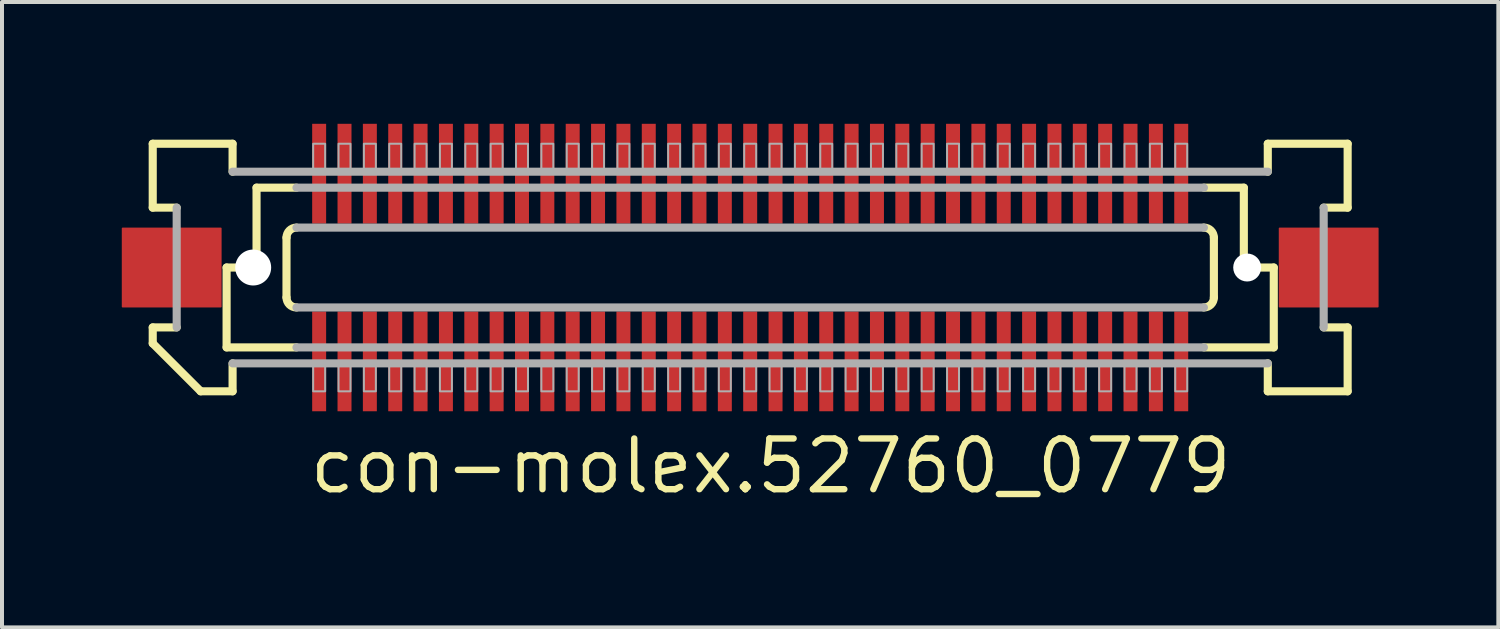
<source format=kicad_pcb>
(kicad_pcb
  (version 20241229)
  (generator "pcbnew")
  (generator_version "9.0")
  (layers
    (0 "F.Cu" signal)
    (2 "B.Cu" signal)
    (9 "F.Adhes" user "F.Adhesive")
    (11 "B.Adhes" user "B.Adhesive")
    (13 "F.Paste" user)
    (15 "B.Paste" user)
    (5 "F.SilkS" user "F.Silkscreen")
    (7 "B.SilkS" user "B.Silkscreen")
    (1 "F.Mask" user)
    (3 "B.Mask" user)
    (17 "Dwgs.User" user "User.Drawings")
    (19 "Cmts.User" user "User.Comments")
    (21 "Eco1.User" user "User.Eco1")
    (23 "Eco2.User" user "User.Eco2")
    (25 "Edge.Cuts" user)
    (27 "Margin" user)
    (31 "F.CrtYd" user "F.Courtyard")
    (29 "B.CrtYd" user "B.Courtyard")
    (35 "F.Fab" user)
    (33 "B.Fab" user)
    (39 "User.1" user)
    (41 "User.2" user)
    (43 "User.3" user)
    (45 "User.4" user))
  (footprint "con-molex.52760_0779"
    (layer "F.Cu")
    (at 15.738 3.65)
    (property "Reference" "con-molex.52760_0779" (at -11.113 5.715 0) (layer "F.SilkS") (effects (font (size 1.27 1.27) (thickness 0.16)) (justify left bottom)))
    (attr smd)
    (fp_rect (start -10.995 -1.075) (end -10.595 -3.625) (stroke (width 0.05) (type default)) (fill yes) (layer "F.Mask"))
    (fp_rect (start -10.995 3.625) (end -10.595 1.075) (stroke (width 0.05) (type default)) (fill yes) (layer "F.Mask"))
    (fp_rect (start -10.36 -1.075) (end -9.96 -3.625) (stroke (width 0.05) (type default)) (fill yes) (layer "F.Mask"))
    (fp_rect (start -10.36 3.625) (end -9.96 1.075) (stroke (width 0.05) (type default)) (fill yes) (layer "F.Mask"))
    (fp_rect (start -9.725 -1.075) (end -9.325 -3.625) (stroke (width 0.05) (type default)) (fill yes) (layer "F.Mask"))
    (fp_rect (start -9.725 3.625) (end -9.325 1.075) (stroke (width 0.05) (type default)) (fill yes) (layer "F.Mask"))
    (fp_rect (start -9.09 -1.075) (end -8.69 -3.625) (stroke (width 0.05) (type default)) (fill yes) (layer "F.Mask"))
    (fp_rect (start -9.09 3.625) (end -8.69 1.075) (stroke (width 0.05) (type default)) (fill yes) (layer "F.Mask"))
    (fp_rect (start -8.455 -1.075) (end -8.055 -3.625) (stroke (width 0.05) (type default)) (fill yes) (layer "F.Mask"))
    (fp_rect (start -8.455 3.625) (end -8.055 1.075) (stroke (width 0.05) (type default)) (fill yes) (layer "F.Mask"))
    (fp_rect (start -7.82 -1.075) (end -7.42 -3.625) (stroke (width 0.05) (type default)) (fill yes) (layer "F.Mask"))
    (fp_rect (start -7.82 3.625) (end -7.42 1.075) (stroke (width 0.05) (type default)) (fill yes) (layer "F.Mask"))
    (fp_rect (start -7.185 -1.075) (end -6.785 -3.625) (stroke (width 0.05) (type default)) (fill yes) (layer "F.Mask"))
    (fp_rect (start -7.185 3.625) (end -6.785 1.075) (stroke (width 0.05) (type default)) (fill yes) (layer "F.Mask"))
    (fp_rect (start -6.55 -1.075) (end -6.15 -3.625) (stroke (width 0.05) (type default)) (fill yes) (layer "F.Mask"))
    (fp_rect (start -6.55 3.625) (end -6.15 1.075) (stroke (width 0.05) (type default)) (fill yes) (layer "F.Mask"))
    (fp_rect (start -5.915 -1.075) (end -5.515 -3.625) (stroke (width 0.05) (type default)) (fill yes) (layer "F.Mask"))
    (fp_rect (start -5.915 3.625) (end -5.515 1.075) (stroke (width 0.05) (type default)) (fill yes) (layer "F.Mask"))
    (fp_rect (start -5.28 -1.075) (end -4.88 -3.625) (stroke (width 0.05) (type default)) (fill yes) (layer "F.Mask"))
    (fp_rect (start -5.28 3.625) (end -4.88 1.075) (stroke (width 0.05) (type default)) (fill yes) (layer "F.Mask"))
    (fp_rect (start -4.645 -1.075) (end -4.245 -3.625) (stroke (width 0.05) (type default)) (fill yes) (layer "F.Mask"))
    (fp_rect (start -4.645 3.625) (end -4.245 1.075) (stroke (width 0.05) (type default)) (fill yes) (layer "F.Mask"))
    (fp_rect (start -4.01 -1.075) (end -3.61 -3.625) (stroke (width 0.05) (type default)) (fill yes) (layer "F.Mask"))
    (fp_rect (start -4.01 3.625) (end -3.61 1.075) (stroke (width 0.05) (type default)) (fill yes) (layer "F.Mask"))
    (fp_rect (start -3.375 -1.075) (end -2.975 -3.625) (stroke (width 0.05) (type default)) (fill yes) (layer "F.Mask"))
    (fp_rect (start -3.375 3.625) (end -2.975 1.075) (stroke (width 0.05) (type default)) (fill yes) (layer "F.Mask"))
    (fp_rect (start -2.74 -1.075) (end -2.34 -3.625) (stroke (width 0.05) (type default)) (fill yes) (layer "F.Mask"))
    (fp_rect (start -2.74 3.625) (end -2.34 1.075) (stroke (width 0.05) (type default)) (fill yes) (layer "F.Mask"))
    (fp_rect (start -2.105 -1.075) (end -1.705 -3.625) (stroke (width 0.05) (type default)) (fill yes) (layer "F.Mask"))
    (fp_rect (start -2.105 3.625) (end -1.705 1.075) (stroke (width 0.05) (type default)) (fill yes) (layer "F.Mask"))
    (fp_rect (start -1.47 -1.075) (end -1.07 -3.625) (stroke (width 0.05) (type default)) (fill yes) (layer "F.Mask"))
    (fp_rect (start -1.47 3.625) (end -1.07 1.075) (stroke (width 0.05) (type default)) (fill yes) (layer "F.Mask"))
    (fp_rect (start -0.835 -1.075) (end -0.435 -3.625) (stroke (width 0.05) (type default)) (fill yes) (layer "F.Mask"))
    (fp_rect (start -0.835 3.625) (end -0.435 1.075) (stroke (width 0.05) (type default)) (fill yes) (layer "F.Mask"))
    (fp_rect (start -0.2 -1.075) (end 0.2 -3.625) (stroke (width 0.05) (type default)) (fill yes) (layer "F.Mask"))
    (fp_rect (start -0.2 3.625) (end 0.2 1.075) (stroke (width 0.05) (type default)) (fill yes) (layer "F.Mask"))
    (fp_rect (start 0.435 -1.075) (end 0.835 -3.625) (stroke (width 0.05) (type default)) (fill yes) (layer "F.Mask"))
    (fp_rect (start 0.435 3.625) (end 0.835 1.075) (stroke (width 0.05) (type default)) (fill yes) (layer "F.Mask"))
    (fp_rect (start 1.07 -1.075) (end 1.47 -3.625) (stroke (width 0.05) (type default)) (fill yes) (layer "F.Mask"))
    (fp_rect (start 1.07 3.625) (end 1.47 1.075) (stroke (width 0.05) (type default)) (fill yes) (layer "F.Mask"))
    (fp_rect (start 1.705 -1.075) (end 2.105 -3.625) (stroke (width 0.05) (type default)) (fill yes) (layer "F.Mask"))
    (fp_rect (start 1.705 3.625) (end 2.105 1.075) (stroke (width 0.05) (type default)) (fill yes) (layer "F.Mask"))
    (fp_rect (start 2.34 -1.075) (end 2.74 -3.625) (stroke (width 0.05) (type default)) (fill yes) (layer "F.Mask"))
    (fp_rect (start 2.34 3.625) (end 2.74 1.075) (stroke (width 0.05) (type default)) (fill yes) (layer "F.Mask"))
    (fp_rect (start 2.975 -1.075) (end 3.375 -3.625) (stroke (width 0.05) (type default)) (fill yes) (layer "F.Mask"))
    (fp_rect (start 2.975 3.625) (end 3.375 1.075) (stroke (width 0.05) (type default)) (fill yes) (layer "F.Mask"))
    (fp_rect (start 3.61 -1.075) (end 4.01 -3.625) (stroke (width 0.05) (type default)) (fill yes) (layer "F.Mask"))
    (fp_rect (start 3.61 3.625) (end 4.01 1.075) (stroke (width 0.05) (type default)) (fill yes) (layer "F.Mask"))
    (fp_rect (start 4.245 -1.075) (end 4.645 -3.625) (stroke (width 0.05) (type default)) (fill yes) (layer "F.Mask"))
    (fp_rect (start 4.245 3.625) (end 4.645 1.075) (stroke (width 0.05) (type default)) (fill yes) (layer "F.Mask"))
    (fp_rect (start 4.88 -1.075) (end 5.28 -3.625) (stroke (width 0.05) (type default)) (fill yes) (layer "F.Mask"))
    (fp_rect (start 4.88 3.625) (end 5.28 1.075) (stroke (width 0.05) (type default)) (fill yes) (layer "F.Mask"))
    (fp_rect (start 5.515 -1.075) (end 5.915 -3.625) (stroke (width 0.05) (type default)) (fill yes) (layer "F.Mask"))
    (fp_rect (start 5.515 3.625) (end 5.915 1.075) (stroke (width 0.05) (type default)) (fill yes) (layer "F.Mask"))
    (fp_rect (start 6.15 -1.075) (end 6.55 -3.625) (stroke (width 0.05) (type default)) (fill yes) (layer "F.Mask"))
    (fp_rect (start 6.15 3.625) (end 6.55 1.075) (stroke (width 0.05) (type default)) (fill yes) (layer "F.Mask"))
    (fp_rect (start 6.785 -1.075) (end 7.185 -3.625) (stroke (width 0.05) (type default)) (fill yes) (layer "F.Mask"))
    (fp_rect (start 6.785 3.625) (end 7.185 1.075) (stroke (width 0.05) (type default)) (fill yes) (layer "F.Mask"))
    (fp_rect (start 7.42 -1.075) (end 7.82 -3.625) (stroke (width 0.05) (type default)) (fill yes) (layer "F.Mask"))
    (fp_rect (start 7.42 3.625) (end 7.82 1.075) (stroke (width 0.05) (type default)) (fill yes) (layer "F.Mask"))
    (fp_rect (start 8.055 -1.075) (end 8.455 -3.625) (stroke (width 0.05) (type default)) (fill yes) (layer "F.Mask"))
    (fp_rect (start 8.055 3.625) (end 8.455 1.075) (stroke (width 0.05) (type default)) (fill yes) (layer "F.Mask"))
    (fp_rect (start 8.69 -1.075) (end 9.09 -3.625) (stroke (width 0.05) (type default)) (fill yes) (layer "F.Mask"))
    (fp_rect (start 8.69 3.625) (end 9.09 1.075) (stroke (width 0.05) (type default)) (fill yes) (layer "F.Mask"))
    (fp_rect (start 9.325 -1.075) (end 9.725 -3.625) (stroke (width 0.05) (type default)) (fill yes) (layer "F.Mask"))
    (fp_rect (start 9.325 3.625) (end 9.725 1.075) (stroke (width 0.05) (type default)) (fill yes) (layer "F.Mask"))
    (fp_rect (start 9.96 -1.075) (end 10.36 -3.625) (stroke (width 0.05) (type default)) (fill yes) (layer "F.Mask"))
    (fp_rect (start 9.96 3.625) (end 10.36 1.075) (stroke (width 0.05) (type default)) (fill yes) (layer "F.Mask"))
    (fp_rect (start 10.595 -1.075) (end 10.995 -3.625) (stroke (width 0.05) (type default)) (fill yes) (layer "F.Mask"))
    (fp_rect (start 10.595 3.625) (end 10.995 1.075) (stroke (width 0.05) (type default)) (fill yes) (layer "F.Mask"))
    (fp_line (start -14.963 -3.1) (end -12.963 -3.1) (stroke (width 0.203) (type default)) (layer "F.SilkS"))
    (fp_line (start -14.963 -1.5) (end -14.963 -3.1) (stroke (width 0.203) (type default)) (layer "F.SilkS"))
    (fp_line (start -14.963 1.5) (end -14.363 1.5) (stroke (width 0.203) (type default)) (layer "F.SilkS"))
    (fp_line (start -14.963 1.9) (end -14.963 1.5) (stroke (width 0.203) (type default)) (layer "F.SilkS"))
    (fp_line (start -14.363 -1.5) (end -14.963 -1.5) (stroke (width 0.203) (type default)) (layer "F.SilkS"))
    (fp_line (start -13.762 3.1) (end -14.963 1.9) (stroke (width 0.203) (type default)) (layer "F.SilkS"))
    (fp_line (start -13.113 0) (end -13.113 2) (stroke (width 0.203) (type default)) (layer "F.SilkS"))
    (fp_line (start -13.113 2) (end -11.363 2) (stroke (width 0.203) (type default)) (layer "F.SilkS"))
    (fp_line (start -12.963 -3.1) (end -12.963 -2.4) (stroke (width 0.203) (type default)) (layer "F.SilkS"))
    (fp_line (start -12.963 2.4) (end -12.963 3.1) (stroke (width 0.203) (type default)) (layer "F.SilkS"))
    (fp_line (start -12.963 3.1) (end -13.762 3.1) (stroke (width 0.203) (type default)) (layer "F.SilkS"))
    (fp_line (start -12.363 -2) (end -12.363 0) (stroke (width 0.203) (type default)) (layer "F.SilkS"))
    (fp_line (start -12.363 0) (end -13.113 0) (stroke (width 0.203) (type default)) (layer "F.SilkS"))
    (fp_line (start -11.613 0.75) (end -11.613 -0.75) (stroke (width 0.203) (type default)) (layer "F.SilkS"))
    (fp_line (start -11.363 -2) (end -12.363 -2) (stroke (width 0.203) (type default)) (layer "F.SilkS"))
    (fp_line (start 11.363 2) (end 13.113 2) (stroke (width 0.203) (type default)) (layer "F.SilkS"))
    (fp_line (start 11.613 -0.75) (end 11.613 0.75) (stroke (width 0.203) (type default)) (layer "F.SilkS"))
    (fp_line (start 12.363 -2) (end 11.363 -2) (stroke (width 0.203) (type default)) (layer "F.SilkS"))
    (fp_line (start 12.363 -2) (end 12.363 0) (stroke (width 0.203) (type default)) (layer "F.SilkS"))
    (fp_line (start 12.963 -3.1) (end 14.963 -3.1) (stroke (width 0.203) (type default)) (layer "F.SilkS"))
    (fp_line (start 12.963 -2.4) (end 12.963 -3.1) (stroke (width 0.203) (type default)) (layer "F.SilkS"))
    (fp_line (start 12.963 3.1) (end 12.963 2.4) (stroke (width 0.203) (type default)) (layer "F.SilkS"))
    (fp_line (start 13.113 0) (end 12.363 0) (stroke (width 0.203) (type default)) (layer "F.SilkS"))
    (fp_line (start 13.113 0) (end 13.113 2) (stroke (width 0.203) (type default)) (layer "F.SilkS"))
    (fp_line (start 14.363 1.5) (end 14.963 1.5) (stroke (width 0.203) (type default)) (layer "F.SilkS"))
    (fp_line (start 14.963 -3.1) (end 14.963 -1.5) (stroke (width 0.203) (type default)) (layer "F.SilkS"))
    (fp_line (start 14.963 -1.5) (end 14.363 -1.5) (stroke (width 0.203) (type default)) (layer "F.SilkS"))
    (fp_line (start 14.963 1.5) (end 14.963 3.1) (stroke (width 0.203) (type default)) (layer "F.SilkS"))
    (fp_line (start 14.963 3.1) (end 12.963 3.1) (stroke (width 0.203) (type default)) (layer "F.SilkS"))
    (fp_arc (start -11.6125 -0.75) (mid -11.539277 -0.926777) (end -11.3625 -1) (stroke (width 0.2032) (type default)) (layer "F.SilkS"))
    (fp_arc (start -11.3625 1) (mid -11.539277 0.926777) (end -11.6125 0.75) (stroke (width 0.2032) (type default)) (layer "F.SilkS"))
    (fp_arc (start 11.3625 -1) (mid 11.539277 -0.926777) (end 11.6125 -0.75) (stroke (width 0.2032) (type default)) (layer "F.SilkS"))
    (fp_arc (start 11.6125 0.75) (mid 11.539277 0.926777) (end 11.3625 1) (stroke (width 0.2032) (type default)) (layer "F.SilkS"))
    (fp_line (start -14.363 1.5) (end -14.363 -1.5) (stroke (width 0.203) (type default)) (layer "F.Fab"))
    (fp_line (start -12.963 -2.4) (end 12.963 -2.4) (stroke (width 0.203) (type default)) (layer "F.Fab"))
    (fp_line (start -11.363 -1) (end 11.363 -1) (stroke (width 0.203) (type default)) (layer "F.Fab"))
    (fp_line (start -11.363 2) (end 11.363 2) (stroke (width 0.203) (type default)) (layer "F.Fab"))
    (fp_line (start 11.363 -2) (end -11.363 -2) (stroke (width 0.203) (type default)) (layer "F.Fab"))
    (fp_line (start 11.363 1) (end -11.363 1) (stroke (width 0.203) (type default)) (layer "F.Fab"))
    (fp_line (start 12.963 2.4) (end -12.963 2.4) (stroke (width 0.203) (type default)) (layer "F.Fab"))
    (fp_line (start 14.363 -1.5) (end 14.363 1.5) (stroke (width 0.203) (type default)) (layer "F.Fab"))
    (fp_rect (start -10.945 -2.375) (end -10.645 -3.1) (stroke (width 0.05) (type default)) (fill no) (layer "F.Fab"))
    (fp_rect (start -10.945 3.1) (end -10.645 2.375) (stroke (width 0.05) (type default)) (fill no) (layer "F.Fab"))
    (fp_rect (start -10.31 -2.375) (end -10.01 -3.1) (stroke (width 0.05) (type default)) (fill no) (layer "F.Fab"))
    (fp_rect (start -10.31 3.1) (end -10.01 2.375) (stroke (width 0.05) (type default)) (fill no) (layer "F.Fab"))
    (fp_rect (start -9.675 -2.375) (end -9.375 -3.1) (stroke (width 0.05) (type default)) (fill no) (layer "F.Fab"))
    (fp_rect (start -9.675 3.1) (end -9.375 2.375) (stroke (width 0.05) (type default)) (fill no) (layer "F.Fab"))
    (fp_rect (start -9.04 -2.375) (end -8.74 -3.1) (stroke (width 0.05) (type default)) (fill no) (layer "F.Fab"))
    (fp_rect (start -9.04 3.1) (end -8.74 2.375) (stroke (width 0.05) (type default)) (fill no) (layer "F.Fab"))
    (fp_rect (start -8.405 -2.375) (end -8.105 -3.1) (stroke (width 0.05) (type default)) (fill no) (layer "F.Fab"))
    (fp_rect (start -8.405 3.1) (end -8.105 2.375) (stroke (width 0.05) (type default)) (fill no) (layer "F.Fab"))
    (fp_rect (start -7.77 -2.375) (end -7.47 -3.1) (stroke (width 0.05) (type default)) (fill no) (layer "F.Fab"))
    (fp_rect (start -7.77 3.1) (end -7.47 2.375) (stroke (width 0.05) (type default)) (fill no) (layer "F.Fab"))
    (fp_rect (start -7.135 -2.375) (end -6.835 -3.1) (stroke (width 0.05) (type default)) (fill no) (layer "F.Fab"))
    (fp_rect (start -7.135 3.1) (end -6.835 2.375) (stroke (width 0.05) (type default)) (fill no) (layer "F.Fab"))
    (fp_rect (start -6.5 -2.375) (end -6.2 -3.1) (stroke (width 0.05) (type default)) (fill no) (layer "F.Fab"))
    (fp_rect (start -6.5 3.1) (end -6.2 2.375) (stroke (width 0.05) (type default)) (fill no) (layer "F.Fab"))
    (fp_rect (start -5.865 -2.375) (end -5.565 -3.1) (stroke (width 0.05) (type default)) (fill no) (layer "F.Fab"))
    (fp_rect (start -5.865 3.1) (end -5.565 2.375) (stroke (width 0.05) (type default)) (fill no) (layer "F.Fab"))
    (fp_rect (start -5.23 -2.375) (end -4.93 -3.1) (stroke (width 0.05) (type default)) (fill no) (layer "F.Fab"))
    (fp_rect (start -5.23 3.1) (end -4.93 2.375) (stroke (width 0.05) (type default)) (fill no) (layer "F.Fab"))
    (fp_rect (start -4.595 -2.375) (end -4.295 -3.1) (stroke (width 0.05) (type default)) (fill no) (layer "F.Fab"))
    (fp_rect (start -4.595 3.1) (end -4.295 2.375) (stroke (width 0.05) (type default)) (fill no) (layer "F.Fab"))
    (fp_rect (start -3.96 -2.375) (end -3.66 -3.1) (stroke (width 0.05) (type default)) (fill no) (layer "F.Fab"))
    (fp_rect (start -3.96 3.1) (end -3.66 2.375) (stroke (width 0.05) (type default)) (fill no) (layer "F.Fab"))
    (fp_rect (start -3.325 -2.375) (end -3.025 -3.1) (stroke (width 0.05) (type default)) (fill no) (layer "F.Fab"))
    (fp_rect (start -3.325 3.1) (end -3.025 2.375) (stroke (width 0.05) (type default)) (fill no) (layer "F.Fab"))
    (fp_rect (start -2.69 -2.375) (end -2.39 -3.1) (stroke (width 0.05) (type default)) (fill no) (layer "F.Fab"))
    (fp_rect (start -2.69 3.1) (end -2.39 2.375) (stroke (width 0.05) (type default)) (fill no) (layer "F.Fab"))
    (fp_rect (start -2.055 -2.375) (end -1.755 -3.1) (stroke (width 0.05) (type default)) (fill no) (layer "F.Fab"))
    (fp_rect (start -2.055 3.1) (end -1.755 2.375) (stroke (width 0.05) (type default)) (fill no) (layer "F.Fab"))
    (fp_rect (start -1.42 -2.375) (end -1.12 -3.1) (stroke (width 0.05) (type default)) (fill no) (layer "F.Fab"))
    (fp_rect (start -1.42 3.1) (end -1.12 2.375) (stroke (width 0.05) (type default)) (fill no) (layer "F.Fab"))
    (fp_rect (start -0.785 -2.375) (end -0.485 -3.1) (stroke (width 0.05) (type default)) (fill no) (layer "F.Fab"))
    (fp_rect (start -0.785 3.1) (end -0.485 2.375) (stroke (width 0.05) (type default)) (fill no) (layer "F.Fab"))
    (fp_rect (start -0.15 -2.375) (end 0.15 -3.1) (stroke (width 0.05) (type default)) (fill no) (layer "F.Fab"))
    (fp_rect (start -0.15 3.1) (end 0.15 2.375) (stroke (width 0.05) (type default)) (fill no) (layer "F.Fab"))
    (fp_rect (start 0.485 -2.375) (end 0.785 -3.1) (stroke (width 0.05) (type default)) (fill no) (layer "F.Fab"))
    (fp_rect (start 0.485 3.1) (end 0.785 2.375) (stroke (width 0.05) (type default)) (fill no) (layer "F.Fab"))
    (fp_rect (start 1.12 -2.375) (end 1.42 -3.1) (stroke (width 0.05) (type default)) (fill no) (layer "F.Fab"))
    (fp_rect (start 1.12 3.1) (end 1.42 2.375) (stroke (width 0.05) (type default)) (fill no) (layer "F.Fab"))
    (fp_rect (start 1.755 -2.375) (end 2.055 -3.1) (stroke (width 0.05) (type default)) (fill no) (layer "F.Fab"))
    (fp_rect (start 1.755 3.1) (end 2.055 2.375) (stroke (width 0.05) (type default)) (fill no) (layer "F.Fab"))
    (fp_rect (start 2.39 -2.375) (end 2.69 -3.1) (stroke (width 0.05) (type default)) (fill no) (layer "F.Fab"))
    (fp_rect (start 2.39 3.1) (end 2.69 2.375) (stroke (width 0.05) (type default)) (fill no) (layer "F.Fab"))
    (fp_rect (start 3.025 -2.375) (end 3.325 -3.1) (stroke (width 0.05) (type default)) (fill no) (layer "F.Fab"))
    (fp_rect (start 3.025 3.1) (end 3.325 2.375) (stroke (width 0.05) (type default)) (fill no) (layer "F.Fab"))
    (fp_rect (start 3.66 -2.375) (end 3.96 -3.1) (stroke (width 0.05) (type default)) (fill no) (layer "F.Fab"))
    (fp_rect (start 3.66 3.1) (end 3.96 2.375) (stroke (width 0.05) (type default)) (fill no) (layer "F.Fab"))
    (fp_rect (start 4.295 -2.375) (end 4.595 -3.1) (stroke (width 0.05) (type default)) (fill no) (layer "F.Fab"))
    (fp_rect (start 4.295 3.1) (end 4.595 2.375) (stroke (width 0.05) (type default)) (fill no) (layer "F.Fab"))
    (fp_rect (start 4.93 -2.375) (end 5.23 -3.1) (stroke (width 0.05) (type default)) (fill no) (layer "F.Fab"))
    (fp_rect (start 4.93 3.1) (end 5.23 2.375) (stroke (width 0.05) (type default)) (fill no) (layer "F.Fab"))
    (fp_rect (start 5.565 -2.375) (end 5.865 -3.1) (stroke (width 0.05) (type default)) (fill no) (layer "F.Fab"))
    (fp_rect (start 5.565 3.1) (end 5.865 2.375) (stroke (width 0.05) (type default)) (fill no) (layer "F.Fab"))
    (fp_rect (start 6.2 -2.375) (end 6.5 -3.1) (stroke (width 0.05) (type default)) (fill no) (layer "F.Fab"))
    (fp_rect (start 6.2 3.1) (end 6.5 2.375) (stroke (width 0.05) (type default)) (fill no) (layer "F.Fab"))
    (fp_rect (start 6.835 -2.375) (end 7.135 -3.1) (stroke (width 0.05) (type default)) (fill no) (layer "F.Fab"))
    (fp_rect (start 6.835 3.1) (end 7.135 2.375) (stroke (width 0.05) (type default)) (fill no) (layer "F.Fab"))
    (fp_rect (start 7.47 -2.375) (end 7.77 -3.1) (stroke (width 0.05) (type default)) (fill no) (layer "F.Fab"))
    (fp_rect (start 7.47 3.1) (end 7.77 2.375) (stroke (width 0.05) (type default)) (fill no) (layer "F.Fab"))
    (fp_rect (start 8.105 -2.375) (end 8.405 -3.1) (stroke (width 0.05) (type default)) (fill no) (layer "F.Fab"))
    (fp_rect (start 8.105 3.1) (end 8.405 2.375) (stroke (width 0.05) (type default)) (fill no) (layer "F.Fab"))
    (fp_rect (start 8.74 -2.375) (end 9.04 -3.1) (stroke (width 0.05) (type default)) (fill no) (layer "F.Fab"))
    (fp_rect (start 8.74 3.1) (end 9.04 2.375) (stroke (width 0.05) (type default)) (fill no) (layer "F.Fab"))
    (fp_rect (start 9.375 -2.375) (end 9.675 -3.1) (stroke (width 0.05) (type default)) (fill no) (layer "F.Fab"))
    (fp_rect (start 9.375 3.1) (end 9.675 2.375) (stroke (width 0.05) (type default)) (fill no) (layer "F.Fab"))
    (fp_rect (start 10.01 -2.375) (end 10.31 -3.1) (stroke (width 0.05) (type default)) (fill no) (layer "F.Fab"))
    (fp_rect (start 10.01 3.1) (end 10.31 2.375) (stroke (width 0.05) (type default)) (fill no) (layer "F.Fab"))
    (fp_rect (start 10.645 -2.375) (end 10.945 -3.1) (stroke (width 0.05) (type default)) (fill no) (layer "F.Fab"))
    (fp_rect (start 10.645 3.1) (end 10.945 2.375) (stroke (width 0.05) (type default)) (fill no) (layer "F.Fab"))
    (pad "" np_thru_hole circle (at -12.447 0) (size 0.9 0.9) (drill 0.9) (layers "*.Cu" "*.Mask"))
    (pad "" np_thru_hole circle (at 12.447 0) (size 0.7 0.7) (drill 0.7) (layers "*.Cu" "*.Mask"))
    (pad "1" smd roundrect (at -10.795 2.35) (size 0.35 2.5) (layers "F.Cu" "F.Mask" "F.Paste") (roundrect_rratio 0.01))
    (pad "2" smd roundrect (at -10.795 -2.35 180) (size 0.35 2.5) (layers "F.Cu" "F.Mask" "F.Paste") (roundrect_rratio 0.01))
    (pad "3" smd roundrect (at -10.16 2.35) (size 0.35 2.5) (layers "F.Cu" "F.Mask" "F.Paste") (roundrect_rratio 0.01))
    (pad "4" smd roundrect (at -10.16 -2.35 180) (size 0.35 2.5) (layers "F.Cu" "F.Mask" "F.Paste") (roundrect_rratio 0.01))
    (pad "5" smd roundrect (at -9.525 2.35) (size 0.35 2.5) (layers "F.Cu" "F.Mask" "F.Paste") (roundrect_rratio 0.01))
    (pad "6" smd roundrect (at -9.525 -2.35 180) (size 0.35 2.5) (layers "F.Cu" "F.Mask" "F.Paste") (roundrect_rratio 0.01))
    (pad "7" smd roundrect (at -8.89 2.35) (size 0.35 2.5) (layers "F.Cu" "F.Mask" "F.Paste") (roundrect_rratio 0.01))
    (pad "8" smd roundrect (at -8.89 -2.35 180) (size 0.35 2.5) (layers "F.Cu" "F.Mask" "F.Paste") (roundrect_rratio 0.01))
    (pad "9" smd roundrect (at -8.255 2.35) (size 0.35 2.5) (layers "F.Cu" "F.Mask" "F.Paste") (roundrect_rratio 0.01))
    (pad "10" smd roundrect (at -8.255 -2.35 180) (size 0.35 2.5) (layers "F.Cu" "F.Mask" "F.Paste") (roundrect_rratio 0.01))
    (pad "11" smd roundrect (at -7.62 2.35) (size 0.35 2.5) (layers "F.Cu" "F.Mask" "F.Paste") (roundrect_rratio 0.01))
    (pad "12" smd roundrect (at -7.62 -2.35 180) (size 0.35 2.5) (layers "F.Cu" "F.Mask" "F.Paste") (roundrect_rratio 0.01))
    (pad "13" smd roundrect (at -6.985 2.35) (size 0.35 2.5) (layers "F.Cu" "F.Mask" "F.Paste") (roundrect_rratio 0.01))
    (pad "14" smd roundrect (at -6.985 -2.35 180) (size 0.35 2.5) (layers "F.Cu" "F.Mask" "F.Paste") (roundrect_rratio 0.01))
    (pad "15" smd roundrect (at -6.35 2.35) (size 0.35 2.5) (layers "F.Cu" "F.Mask" "F.Paste") (roundrect_rratio 0.01))
    (pad "16" smd roundrect (at -6.35 -2.35 180) (size 0.35 2.5) (layers "F.Cu" "F.Mask" "F.Paste") (roundrect_rratio 0.01))
    (pad "17" smd roundrect (at -5.715 2.35) (size 0.35 2.5) (layers "F.Cu" "F.Mask" "F.Paste") (roundrect_rratio 0.01))
    (pad "18" smd roundrect (at -5.715 -2.35 180) (size 0.35 2.5) (layers "F.Cu" "F.Mask" "F.Paste") (roundrect_rratio 0.01))
    (pad "19" smd roundrect (at -5.08 2.35) (size 0.35 2.5) (layers "F.Cu" "F.Mask" "F.Paste") (roundrect_rratio 0.01))
    (pad "20" smd roundrect (at -5.08 -2.35 180) (size 0.35 2.5) (layers "F.Cu" "F.Mask" "F.Paste") (roundrect_rratio 0.01))
    (pad "21" smd roundrect (at -4.445 2.35) (size 0.35 2.5) (layers "F.Cu" "F.Mask" "F.Paste") (roundrect_rratio 0.01))
    (pad "22" smd roundrect (at -4.445 -2.35 180) (size 0.35 2.5) (layers "F.Cu" "F.Mask" "F.Paste") (roundrect_rratio 0.01))
    (pad "23" smd roundrect (at -3.81 2.35) (size 0.35 2.5) (layers "F.Cu" "F.Mask" "F.Paste") (roundrect_rratio 0.01))
    (pad "24" smd roundrect (at -3.81 -2.35 180) (size 0.35 2.5) (layers "F.Cu" "F.Mask" "F.Paste") (roundrect_rratio 0.01))
    (pad "25" smd roundrect (at -3.175 2.35) (size 0.35 2.5) (layers "F.Cu" "F.Mask" "F.Paste") (roundrect_rratio 0.01))
    (pad "26" smd roundrect (at -3.175 -2.35 180) (size 0.35 2.5) (layers "F.Cu" "F.Mask" "F.Paste") (roundrect_rratio 0.01))
    (pad "27" smd roundrect (at -2.54 2.35) (size 0.35 2.5) (layers "F.Cu" "F.Mask" "F.Paste") (roundrect_rratio 0.01))
    (pad "28" smd roundrect (at -2.54 -2.35 180) (size 0.35 2.5) (layers "F.Cu" "F.Mask" "F.Paste") (roundrect_rratio 0.01))
    (pad "29" smd roundrect (at -1.905 2.35) (size 0.35 2.5) (layers "F.Cu" "F.Mask" "F.Paste") (roundrect_rratio 0.01))
    (pad "30" smd roundrect (at -1.905 -2.35 180) (size 0.35 2.5) (layers "F.Cu" "F.Mask" "F.Paste") (roundrect_rratio 0.01))
    (pad "31" smd roundrect (at -1.27 2.35) (size 0.35 2.5) (layers "F.Cu" "F.Mask" "F.Paste") (roundrect_rratio 0.01))
    (pad "32" smd roundrect (at -1.27 -2.35 180) (size 0.35 2.5) (layers "F.Cu" "F.Mask" "F.Paste") (roundrect_rratio 0.01))
    (pad "33" smd roundrect (at -0.635 2.35) (size 0.35 2.5) (layers "F.Cu" "F.Mask" "F.Paste") (roundrect_rratio 0.01))
    (pad "34" smd roundrect (at -0.635 -2.35 180) (size 0.35 2.5) (layers "F.Cu" "F.Mask" "F.Paste") (roundrect_rratio 0.01))
    (pad "35" smd roundrect (at 0 2.35) (size 0.35 2.5) (layers "F.Cu" "F.Mask" "F.Paste") (roundrect_rratio 0.01))
    (pad "36" smd roundrect (at 0 -2.35 180) (size 0.35 2.5) (layers "F.Cu" "F.Mask" "F.Paste") (roundrect_rratio 0.01))
    (pad "37" smd roundrect (at 0.635 2.35) (size 0.35 2.5) (layers "F.Cu" "F.Mask" "F.Paste") (roundrect_rratio 0.01))
    (pad "38" smd roundrect (at 0.635 -2.35 180) (size 0.35 2.5) (layers "F.Cu" "F.Mask" "F.Paste") (roundrect_rratio 0.01))
    (pad "39" smd roundrect (at 1.27 2.35) (size 0.35 2.5) (layers "F.Cu" "F.Mask" "F.Paste") (roundrect_rratio 0.01))
    (pad "40" smd roundrect (at 1.27 -2.35 180) (size 0.35 2.5) (layers "F.Cu" "F.Mask" "F.Paste") (roundrect_rratio 0.01))
    (pad "41" smd roundrect (at 1.905 2.35) (size 0.35 2.5) (layers "F.Cu" "F.Mask" "F.Paste") (roundrect_rratio 0.01))
    (pad "42" smd roundrect (at 1.905 -2.35 180) (size 0.35 2.5) (layers "F.Cu" "F.Mask" "F.Paste") (roundrect_rratio 0.01))
    (pad "43" smd roundrect (at 2.54 2.35) (size 0.35 2.5) (layers "F.Cu" "F.Mask" "F.Paste") (roundrect_rratio 0.01))
    (pad "44" smd roundrect (at 2.54 -2.35 180) (size 0.35 2.5) (layers "F.Cu" "F.Mask" "F.Paste") (roundrect_rratio 0.01))
    (pad "45" smd roundrect (at 3.175 2.35) (size 0.35 2.5) (layers "F.Cu" "F.Mask" "F.Paste") (roundrect_rratio 0.01))
    (pad "46" smd roundrect (at 3.175 -2.35 180) (size 0.35 2.5) (layers "F.Cu" "F.Mask" "F.Paste") (roundrect_rratio 0.01))
    (pad "47" smd roundrect (at 3.81 2.35) (size 0.35 2.5) (layers "F.Cu" "F.Mask" "F.Paste") (roundrect_rratio 0.01))
    (pad "48" smd roundrect (at 3.81 -2.35 180) (size 0.35 2.5) (layers "F.Cu" "F.Mask" "F.Paste") (roundrect_rratio 0.01))
    (pad "49" smd roundrect (at 4.445 2.35) (size 0.35 2.5) (layers "F.Cu" "F.Mask" "F.Paste") (roundrect_rratio 0.01))
    (pad "50" smd roundrect (at 4.445 -2.35 180) (size 0.35 2.5) (layers "F.Cu" "F.Mask" "F.Paste") (roundrect_rratio 0.01))
    (pad "51" smd roundrect (at 5.08 2.35) (size 0.35 2.5) (layers "F.Cu" "F.Mask" "F.Paste") (roundrect_rratio 0.01))
    (pad "52" smd roundrect (at 5.08 -2.35 180) (size 0.35 2.5) (layers "F.Cu" "F.Mask" "F.Paste") (roundrect_rratio 0.01))
    (pad "53" smd roundrect (at 5.715 2.35) (size 0.35 2.5) (layers "F.Cu" "F.Mask" "F.Paste") (roundrect_rratio 0.01))
    (pad "54" smd roundrect (at 5.715 -2.35 180) (size 0.35 2.5) (layers "F.Cu" "F.Mask" "F.Paste") (roundrect_rratio 0.01))
    (pad "55" smd roundrect (at 6.35 2.35) (size 0.35 2.5) (layers "F.Cu" "F.Mask" "F.Paste") (roundrect_rratio 0.01))
    (pad "56" smd roundrect (at 6.35 -2.35 180) (size 0.35 2.5) (layers "F.Cu" "F.Mask" "F.Paste") (roundrect_rratio 0.01))
    (pad "57" smd roundrect (at 6.985 2.35) (size 0.35 2.5) (layers "F.Cu" "F.Mask" "F.Paste") (roundrect_rratio 0.01))
    (pad "58" smd roundrect (at 6.985 -2.35 180) (size 0.35 2.5) (layers "F.Cu" "F.Mask" "F.Paste") (roundrect_rratio 0.01))
    (pad "59" smd roundrect (at 7.62 2.35) (size 0.35 2.5) (layers "F.Cu" "F.Mask" "F.Paste") (roundrect_rratio 0.01))
    (pad "60" smd roundrect (at 7.62 -2.35 180) (size 0.35 2.5) (layers "F.Cu" "F.Mask" "F.Paste") (roundrect_rratio 0.01))
    (pad "61" smd roundrect (at 8.255 2.35) (size 0.35 2.5) (layers "F.Cu" "F.Mask" "F.Paste") (roundrect_rratio 0.01))
    (pad "62" smd roundrect (at 8.255 -2.35 180) (size 0.35 2.5) (layers "F.Cu" "F.Mask" "F.Paste") (roundrect_rratio 0.01))
    (pad "63" smd roundrect (at 8.89 2.35) (size 0.35 2.5) (layers "F.Cu" "F.Mask" "F.Paste") (roundrect_rratio 0.01))
    (pad "64" smd roundrect (at 8.89 -2.35 180) (size 0.35 2.5) (layers "F.Cu" "F.Mask" "F.Paste") (roundrect_rratio 0.01))
    (pad "65" smd roundrect (at 9.525 2.35) (size 0.35 2.5) (layers "F.Cu" "F.Mask" "F.Paste") (roundrect_rratio 0.01))
    (pad "66" smd roundrect (at 9.525 -2.35 180) (size 0.35 2.5) (layers "F.Cu" "F.Mask" "F.Paste") (roundrect_rratio 0.01))
    (pad "67" smd roundrect (at 10.16 2.35) (size 0.35 2.5) (layers "F.Cu" "F.Mask" "F.Paste") (roundrect_rratio 0.01))
    (pad "68" smd roundrect (at 10.16 -2.35 180) (size 0.35 2.5) (layers "F.Cu" "F.Mask" "F.Paste") (roundrect_rratio 0.01))
    (pad "69" smd roundrect (at 10.795 2.35) (size 0.35 2.5) (layers "F.Cu" "F.Mask" "F.Paste") (roundrect_rratio 0.01))
    (pad "70" smd roundrect (at 10.795 -2.35 180) (size 0.35 2.5) (layers "F.Cu" "F.Mask" "F.Paste") (roundrect_rratio 0.01))
    (pad "M1" smd roundrect (at -14.488 0) (size 2.5 2) (layers "F.Cu" "F.Mask" "F.Paste") (roundrect_rratio 0.01))
    (pad "M2" smd roundrect (at 14.488 0 180) (size 2.5 2) (layers "F.Cu" "F.Mask" "F.Paste") (roundrect_rratio 0.01)))
  (gr_rect
    (start -3 -3)
    (end 34.475 12.662)
    (stroke (width 0.1) (type default))
    (fill no)
    (layer "Edge.Cuts")))
</source>
